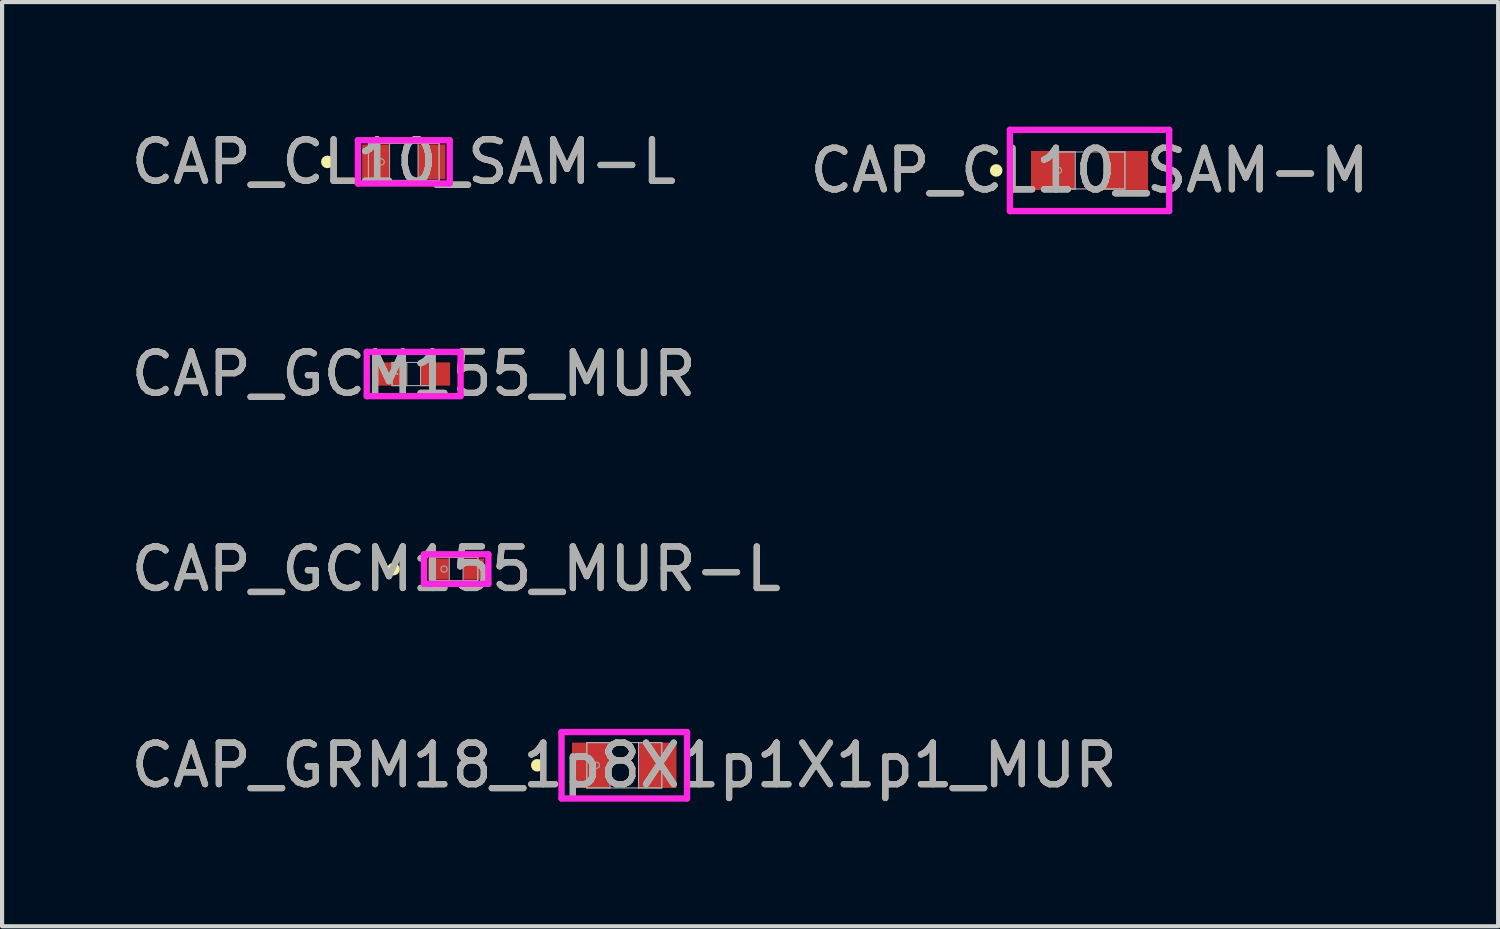
<source format=kicad_pcb>
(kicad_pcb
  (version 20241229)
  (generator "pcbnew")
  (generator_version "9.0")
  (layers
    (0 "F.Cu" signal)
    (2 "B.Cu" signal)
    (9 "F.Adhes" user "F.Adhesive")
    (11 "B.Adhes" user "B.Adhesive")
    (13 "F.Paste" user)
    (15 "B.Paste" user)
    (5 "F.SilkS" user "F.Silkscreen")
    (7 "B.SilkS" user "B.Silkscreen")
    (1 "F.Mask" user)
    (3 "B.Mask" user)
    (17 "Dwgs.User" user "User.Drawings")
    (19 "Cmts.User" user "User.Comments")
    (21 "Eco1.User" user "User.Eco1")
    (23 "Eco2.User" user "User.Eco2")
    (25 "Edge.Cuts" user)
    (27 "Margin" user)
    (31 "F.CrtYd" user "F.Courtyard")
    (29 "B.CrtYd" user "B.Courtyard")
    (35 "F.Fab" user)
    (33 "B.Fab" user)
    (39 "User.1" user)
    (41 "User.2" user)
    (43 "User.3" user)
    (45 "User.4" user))
  (footprint "CAP_GCM155_MUR"
    (layer "F.Cu")
    (at 6.911 5.956)
    (property "Reference" "CAP_GCM155_MUR" (at 0 0 0) (unlocked yes) (layer "F.SilkS") (effects (font (size 1 1) (thickness 0.15))))
    (attr smd)
    (fp_line (start -1.13 -0.533) (end 1.13 -0.533) (stroke (width 0.152) (type solid)) (layer "F.CrtYd"))
    (fp_line (start -1.13 0.533) (end -1.13 -0.533) (stroke (width 0.152) (type solid)) (layer "F.CrtYd"))
    (fp_line (start 1.13 -0.533) (end 1.13 0.533) (stroke (width 0.152) (type solid)) (layer "F.CrtYd"))
    (fp_line (start 1.13 0.533) (end -1.13 0.533) (stroke (width 0.152) (type solid)) (layer "F.CrtYd"))
    (fp_line (start -0.521 -0.279) (end -0.521 0.279) (stroke (width 0.025) (type solid)) (layer "F.Fab"))
    (fp_line (start -0.521 -0.279) (end -0.521 0.279) (stroke (width 0.025) (type solid)) (layer "F.Fab"))
    (fp_line (start -0.521 0.279) (end -0.165 0.279) (stroke (width 0.025) (type solid)) (layer "F.Fab"))
    (fp_line (start -0.521 0.279) (end 0.521 0.279) (stroke (width 0.025) (type solid)) (layer "F.Fab"))
    (fp_line (start -0.165 -0.279) (end -0.521 -0.279) (stroke (width 0.025) (type solid)) (layer "F.Fab"))
    (fp_line (start -0.165 0.279) (end -0.165 -0.279) (stroke (width 0.025) (type solid)) (layer "F.Fab"))
    (fp_line (start 0.165 -0.279) (end 0.165 0.279) (stroke (width 0.025) (type solid)) (layer "F.Fab"))
    (fp_line (start 0.165 0.279) (end 0.521 0.279) (stroke (width 0.025) (type solid)) (layer "F.Fab"))
    (fp_line (start 0.521 -0.279) (end -0.521 -0.279) (stroke (width 0.025) (type solid)) (layer "F.Fab"))
    (fp_line (start 0.521 -0.279) (end 0.165 -0.279) (stroke (width 0.025) (type solid)) (layer "F.Fab"))
    (fp_line (start 0.521 0.279) (end 0.521 -0.279) (stroke (width 0.025) (type solid)) (layer "F.Fab"))
    (fp_line (start 0.521 0.279) (end 0.521 -0.279) (stroke (width 0.025) (type solid)) (layer "F.Fab"))
    (fp_circle (center -0.394 0) (end -0.394 0) (stroke (width 0.025) (type solid)) (fill no) (layer "F.Fab"))
    (fp_text user "${REFERENCE}" (at 0 0 0) (unlocked yes) (layer "F.Fab") (effects (font (size 1 1) (thickness 0.15))))
    (pad "1" smd rect (at -0.521 0) (size 0.711 0.559) (layers "F.Cu" "F.Mask" "F.Paste"))
    (pad "2" smd rect (at 0.521 0) (size 0.711 0.559) (layers "F.Cu" "F.Mask" "F.Paste"))
    (zone (net_name "") (layer "F.Cu") (hatch full 0.508) (connect_pads) (min_thickness 0.254) (filled_areas_thickness no) (keepout (tracks not_allowed) (vias not_allowed) (pads allowed) (copperpour not_allowed) (footprints allowed)) (placement (enabled no)) (fill) (polygon (pts (xy 6.796 5.728) (xy 7.025 5.728) (xy 7.025 6.185) (xy 6.796 6.185)))))
  (footprint "CAP_CL10_SAM-L"
    (layer "F.Cu")
    (at 6.673 0.848)
    (property "Reference" "CAP_CL10_SAM-L" (at 0 0 0) (unlocked yes) (layer "F.SilkS") (effects (font (size 1 1) (thickness 0.15))))
    (attr smd)
    (fp_circle (center -1.841 0) (end -1.765 0) (stroke (width 0.152) (type solid)) (fill no) (layer "F.SilkS"))
    (fp_line (start -1.105 -0.521) (end 1.105 -0.521) (stroke (width 0.152) (type solid)) (layer "F.CrtYd"))
    (fp_line (start -1.105 0.521) (end -1.105 -0.521) (stroke (width 0.152) (type solid)) (layer "F.CrtYd"))
    (fp_line (start 1.105 -0.521) (end 1.105 0.521) (stroke (width 0.152) (type solid)) (layer "F.CrtYd"))
    (fp_line (start 1.105 0.521) (end -1.105 0.521) (stroke (width 0.152) (type solid)) (layer "F.CrtYd"))
    (fp_line (start -0.851 -0.445) (end -0.851 0.445) (stroke (width 0.025) (type solid)) (layer "F.Fab"))
    (fp_line (start -0.851 -0.445) (end -0.851 0.445) (stroke (width 0.025) (type solid)) (layer "F.Fab"))
    (fp_line (start -0.851 0.445) (end -0.343 0.445) (stroke (width 0.025) (type solid)) (layer "F.Fab"))
    (fp_line (start -0.851 0.445) (end 0.851 0.445) (stroke (width 0.025) (type solid)) (layer "F.Fab"))
    (fp_line (start -0.343 -0.445) (end -0.851 -0.445) (stroke (width 0.025) (type solid)) (layer "F.Fab"))
    (fp_line (start -0.343 0.445) (end -0.343 -0.445) (stroke (width 0.025) (type solid)) (layer "F.Fab"))
    (fp_line (start 0.343 -0.445) (end 0.343 0.445) (stroke (width 0.025) (type solid)) (layer "F.Fab"))
    (fp_line (start 0.343 0.445) (end 0.851 0.445) (stroke (width 0.025) (type solid)) (layer "F.Fab"))
    (fp_line (start 0.851 -0.445) (end -0.851 -0.445) (stroke (width 0.025) (type solid)) (layer "F.Fab"))
    (fp_line (start 0.851 -0.445) (end 0.343 -0.445) (stroke (width 0.025) (type solid)) (layer "F.Fab"))
    (fp_line (start 0.851 0.445) (end 0.851 -0.445) (stroke (width 0.025) (type solid)) (layer "F.Fab"))
    (fp_line (start 0.851 0.445) (end 0.851 -0.445) (stroke (width 0.025) (type solid)) (layer "F.Fab"))
    (fp_circle (center -0.546 0) (end -0.47 0) (stroke (width 0.025) (type solid)) (fill no) (layer "F.Fab"))
    (fp_text user "${REFERENCE}" (at 0 0 0) (unlocked yes) (layer "F.Fab") (effects (font (size 1 1) (thickness 0.15))))
    (pad "1" smd rect (at -0.673 0) (size 0.66 0.838) (layers "F.Cu" "F.Mask" "F.Paste"))
    (pad "2" smd rect (at 0.673 0) (size 0.66 0.838) (layers "F.Cu" "F.Mask" "F.Paste"))
    (zone (net_name "") (layer "F.Cu") (hatch full 0.508) (connect_pads) (min_thickness 0.254) (filled_areas_thickness no) (keepout (tracks not_allowed) (vias not_allowed) (pads allowed) (copperpour not_allowed) (footprints allowed)) (placement (enabled no)) (fill) (polygon (pts (xy 6.381 0.455) (xy 6.965 0.455) (xy 6.965 1.242) (xy 6.381 1.242)))))
  (footprint "CAP_CL10_SAM-M"
    (layer "F.Cu")
    (at 23.185 1.054)
    (property "Reference" "CAP_CL10_SAM-M" (at 0 0 0) (unlocked yes) (layer "F.SilkS") (effects (font (size 1 1) (thickness 0.15))))
    (attr smd)
    (fp_circle (center -2.248 0) (end -2.172 0) (stroke (width 0.152) (type solid)) (fill no) (layer "F.SilkS"))
    (fp_line (start -1.918 -0.978) (end 1.918 -0.978) (stroke (width 0.152) (type solid)) (layer "F.CrtYd"))
    (fp_line (start -1.918 0.978) (end -1.918 -0.978) (stroke (width 0.152) (type solid)) (layer "F.CrtYd"))
    (fp_line (start 1.918 -0.978) (end 1.918 0.978) (stroke (width 0.152) (type solid)) (layer "F.CrtYd"))
    (fp_line (start 1.918 0.978) (end -1.918 0.978) (stroke (width 0.152) (type solid)) (layer "F.CrtYd"))
    (fp_line (start -0.851 -0.445) (end -0.851 0.445) (stroke (width 0.025) (type solid)) (layer "F.Fab"))
    (fp_line (start -0.851 -0.445) (end -0.851 0.445) (stroke (width 0.025) (type solid)) (layer "F.Fab"))
    (fp_line (start -0.851 0.445) (end -0.343 0.445) (stroke (width 0.025) (type solid)) (layer "F.Fab"))
    (fp_line (start -0.851 0.445) (end 0.851 0.445) (stroke (width 0.025) (type solid)) (layer "F.Fab"))
    (fp_line (start -0.343 -0.445) (end -0.851 -0.445) (stroke (width 0.025) (type solid)) (layer "F.Fab"))
    (fp_line (start -0.343 0.445) (end -0.343 -0.445) (stroke (width 0.025) (type solid)) (layer "F.Fab"))
    (fp_line (start 0.343 -0.445) (end 0.343 0.445) (stroke (width 0.025) (type solid)) (layer "F.Fab"))
    (fp_line (start 0.343 0.445) (end 0.851 0.445) (stroke (width 0.025) (type solid)) (layer "F.Fab"))
    (fp_line (start 0.851 -0.445) (end -0.851 -0.445) (stroke (width 0.025) (type solid)) (layer "F.Fab"))
    (fp_line (start 0.851 -0.445) (end 0.343 -0.445) (stroke (width 0.025) (type solid)) (layer "F.Fab"))
    (fp_line (start 0.851 0.445) (end 0.851 -0.445) (stroke (width 0.025) (type solid)) (layer "F.Fab"))
    (fp_line (start 0.851 0.445) (end 0.851 -0.445) (stroke (width 0.025) (type solid)) (layer "F.Fab"))
    (fp_circle (center -0.749 0) (end -0.673 0) (stroke (width 0.025) (type solid)) (fill no) (layer "F.Fab"))
    (fp_text user "${REFERENCE}" (at 0 0 0) (unlocked yes) (layer "F.Fab") (effects (font (size 1 1) (thickness 0.15))))
    (pad "1" smd rect (at -0.876 0) (size 1.067 0.94) (layers "F.Cu" "F.Mask" "F.Paste"))
    (pad "2" smd rect (at 0.876 0) (size 1.067 0.94) (layers "F.Cu" "F.Mask" "F.Paste"))
    (zone (net_name "") (layer "F.Cu") (hatch full 0.508) (connect_pads) (min_thickness 0.254) (filled_areas_thickness no) (keepout (tracks not_allowed) (vias not_allowed) (pads allowed) (copperpour not_allowed) (footprints allowed)) (placement (enabled no)) (fill) (polygon (pts (xy 22.892 0.66) (xy 23.477 0.66) (xy 23.477 1.448) (xy 22.892 1.448)))))
  (footprint "CAP_GCM155_MUR-L"
    (layer "F.Cu")
    (at 7.935 10.653)
    (property "Reference" "CAP_GCM155_MUR-L" (at 0 0 0) (unlocked yes) (layer "F.SilkS") (effects (font (size 1 1) (thickness 0.15))))
    (attr smd)
    (fp_circle (center -1.511 0) (end -1.435 0) (stroke (width 0.152) (type solid)) (fill no) (layer "F.SilkS"))
    (fp_line (start -0.775 -0.356) (end 0.775 -0.356) (stroke (width 0.152) (type solid)) (layer "F.CrtYd"))
    (fp_line (start -0.775 0.356) (end -0.775 -0.356) (stroke (width 0.152) (type solid)) (layer "F.CrtYd"))
    (fp_line (start 0.775 -0.356) (end 0.775 0.356) (stroke (width 0.152) (type solid)) (layer "F.CrtYd"))
    (fp_line (start 0.775 0.356) (end -0.775 0.356) (stroke (width 0.152) (type solid)) (layer "F.CrtYd"))
    (fp_line (start -0.521 -0.279) (end -0.521 0.279) (stroke (width 0.025) (type solid)) (layer "F.Fab"))
    (fp_line (start -0.521 -0.279) (end -0.521 0.279) (stroke (width 0.025) (type solid)) (layer "F.Fab"))
    (fp_line (start -0.521 0.279) (end -0.165 0.279) (stroke (width 0.025) (type solid)) (layer "F.Fab"))
    (fp_line (start -0.521 0.279) (end 0.521 0.279) (stroke (width 0.025) (type solid)) (layer "F.Fab"))
    (fp_line (start -0.165 -0.279) (end -0.521 -0.279) (stroke (width 0.025) (type solid)) (layer "F.Fab"))
    (fp_line (start -0.165 0.279) (end -0.165 -0.279) (stroke (width 0.025) (type solid)) (layer "F.Fab"))
    (fp_line (start 0.165 -0.279) (end 0.165 0.279) (stroke (width 0.025) (type solid)) (layer "F.Fab"))
    (fp_line (start 0.165 0.279) (end 0.521 0.279) (stroke (width 0.025) (type solid)) (layer "F.Fab"))
    (fp_line (start 0.521 -0.279) (end -0.521 -0.279) (stroke (width 0.025) (type solid)) (layer "F.Fab"))
    (fp_line (start 0.521 -0.279) (end 0.165 -0.279) (stroke (width 0.025) (type solid)) (layer "F.Fab"))
    (fp_line (start 0.521 0.279) (end 0.521 -0.279) (stroke (width 0.025) (type solid)) (layer "F.Fab"))
    (fp_line (start 0.521 0.279) (end 0.521 -0.279) (stroke (width 0.025) (type solid)) (layer "F.Fab"))
    (fp_circle (center -0.292 0) (end -0.216 0) (stroke (width 0.025) (type solid)) (fill no) (layer "F.Fab"))
    (fp_text user "${REFERENCE}" (at 0 0 0) (unlocked yes) (layer "F.Fab") (effects (font (size 1 1) (thickness 0.15))))
    (pad "1" smd rect (at -0.419 0) (size 0.508 0.508) (layers "F.Cu" "F.Mask" "F.Paste"))
    (pad "2" smd rect (at 0.419 0) (size 0.508 0.508) (layers "F.Cu" "F.Mask" "F.Paste"))
    (zone (net_name "") (layer "F.Cu") (hatch full 0.508) (connect_pads) (min_thickness 0.254) (filled_areas_thickness no) (keepout (tracks not_allowed) (vias not_allowed) (pads allowed) (copperpour not_allowed) (footprints allowed)) (placement (enabled no)) (fill) (polygon (pts (xy 7.82 10.424) (xy 8.049 10.424) (xy 8.049 10.882) (xy 7.82 10.882)))))
  (footprint "CAP_GRM18_1p8X1p1X1p1_MUR"
    (layer "F.Cu")
    (at 11.982 15.377)
    (property "Reference" "CAP_GRM18_1p8X1p1X1p1_MUR" (at 0 0 0) (unlocked yes) (layer "F.SilkS") (effects (font (size 1 1) (thickness 0.15))))
    (attr smd)
    (fp_circle (center -2.095 0) (end -2.019 0) (stroke (width 0.152) (type solid)) (fill no) (layer "F.SilkS"))
    (fp_line (start -1.511 -0.8) (end 1.511 -0.8) (stroke (width 0.152) (type solid)) (layer "F.CrtYd"))
    (fp_line (start -1.511 0.8) (end -1.511 -0.8) (stroke (width 0.152) (type solid)) (layer "F.CrtYd"))
    (fp_line (start 1.511 -0.8) (end 1.511 0.8) (stroke (width 0.152) (type solid)) (layer "F.CrtYd"))
    (fp_line (start 1.511 0.8) (end -1.511 0.8) (stroke (width 0.152) (type solid)) (layer "F.CrtYd"))
    (fp_line (start -0.902 -0.546) (end -0.902 0.546) (stroke (width 0.025) (type solid)) (layer "F.Fab"))
    (fp_line (start -0.902 -0.546) (end -0.902 0.546) (stroke (width 0.025) (type solid)) (layer "F.Fab"))
    (fp_line (start -0.902 0.546) (end -0.343 0.546) (stroke (width 0.025) (type solid)) (layer "F.Fab"))
    (fp_line (start -0.902 0.546) (end 0.902 0.546) (stroke (width 0.025) (type solid)) (layer "F.Fab"))
    (fp_line (start -0.343 -0.546) (end -0.902 -0.546) (stroke (width 0.025) (type solid)) (layer "F.Fab"))
    (fp_line (start -0.343 0.546) (end -0.343 -0.546) (stroke (width 0.025) (type solid)) (layer "F.Fab"))
    (fp_line (start 0.343 -0.546) (end 0.343 0.546) (stroke (width 0.025) (type solid)) (layer "F.Fab"))
    (fp_line (start 0.343 0.546) (end 0.902 0.546) (stroke (width 0.025) (type solid)) (layer "F.Fab"))
    (fp_line (start 0.902 -0.546) (end -0.902 -0.546) (stroke (width 0.025) (type solid)) (layer "F.Fab"))
    (fp_line (start 0.902 -0.546) (end 0.343 -0.546) (stroke (width 0.025) (type solid)) (layer "F.Fab"))
    (fp_line (start 0.902 0.546) (end 0.902 -0.546) (stroke (width 0.025) (type solid)) (layer "F.Fab"))
    (fp_line (start 0.902 0.546) (end 0.902 -0.546) (stroke (width 0.025) (type solid)) (layer "F.Fab"))
    (fp_circle (center -0.673 0) (end -0.597 0) (stroke (width 0.025) (type solid)) (fill no) (layer "F.Fab"))
    (fp_text user "${REFERENCE}" (at 0 0 0) (unlocked yes) (layer "F.Fab") (effects (font (size 1 1) (thickness 0.15))))
    (pad "1" smd rect (at -0.8 0) (size 0.914 1.092) (layers "F.Cu" "F.Mask" "F.Paste"))
    (pad "2" smd rect (at 0.8 0) (size 0.914 1.092) (layers "F.Cu" "F.Mask" "F.Paste"))
    (zone (net_name "") (layer "F.Cu") (hatch full 0.508) (connect_pads) (min_thickness 0.254) (filled_areas_thickness no) (keepout (tracks not_allowed) (vias not_allowed) (pads allowed) (copperpour not_allowed) (footprints allowed)) (placement (enabled no)) (fill) (polygon (pts (xy 11.69 14.882) (xy 12.274 14.882) (xy 12.274 15.873) (xy 11.69 15.873)))))
  (gr_rect
    (start -3 -3)
    (end 33.024 19.254)
    (stroke (width 0.1) (type default))
    (fill no)
    (layer "Edge.Cuts")))
</source>
